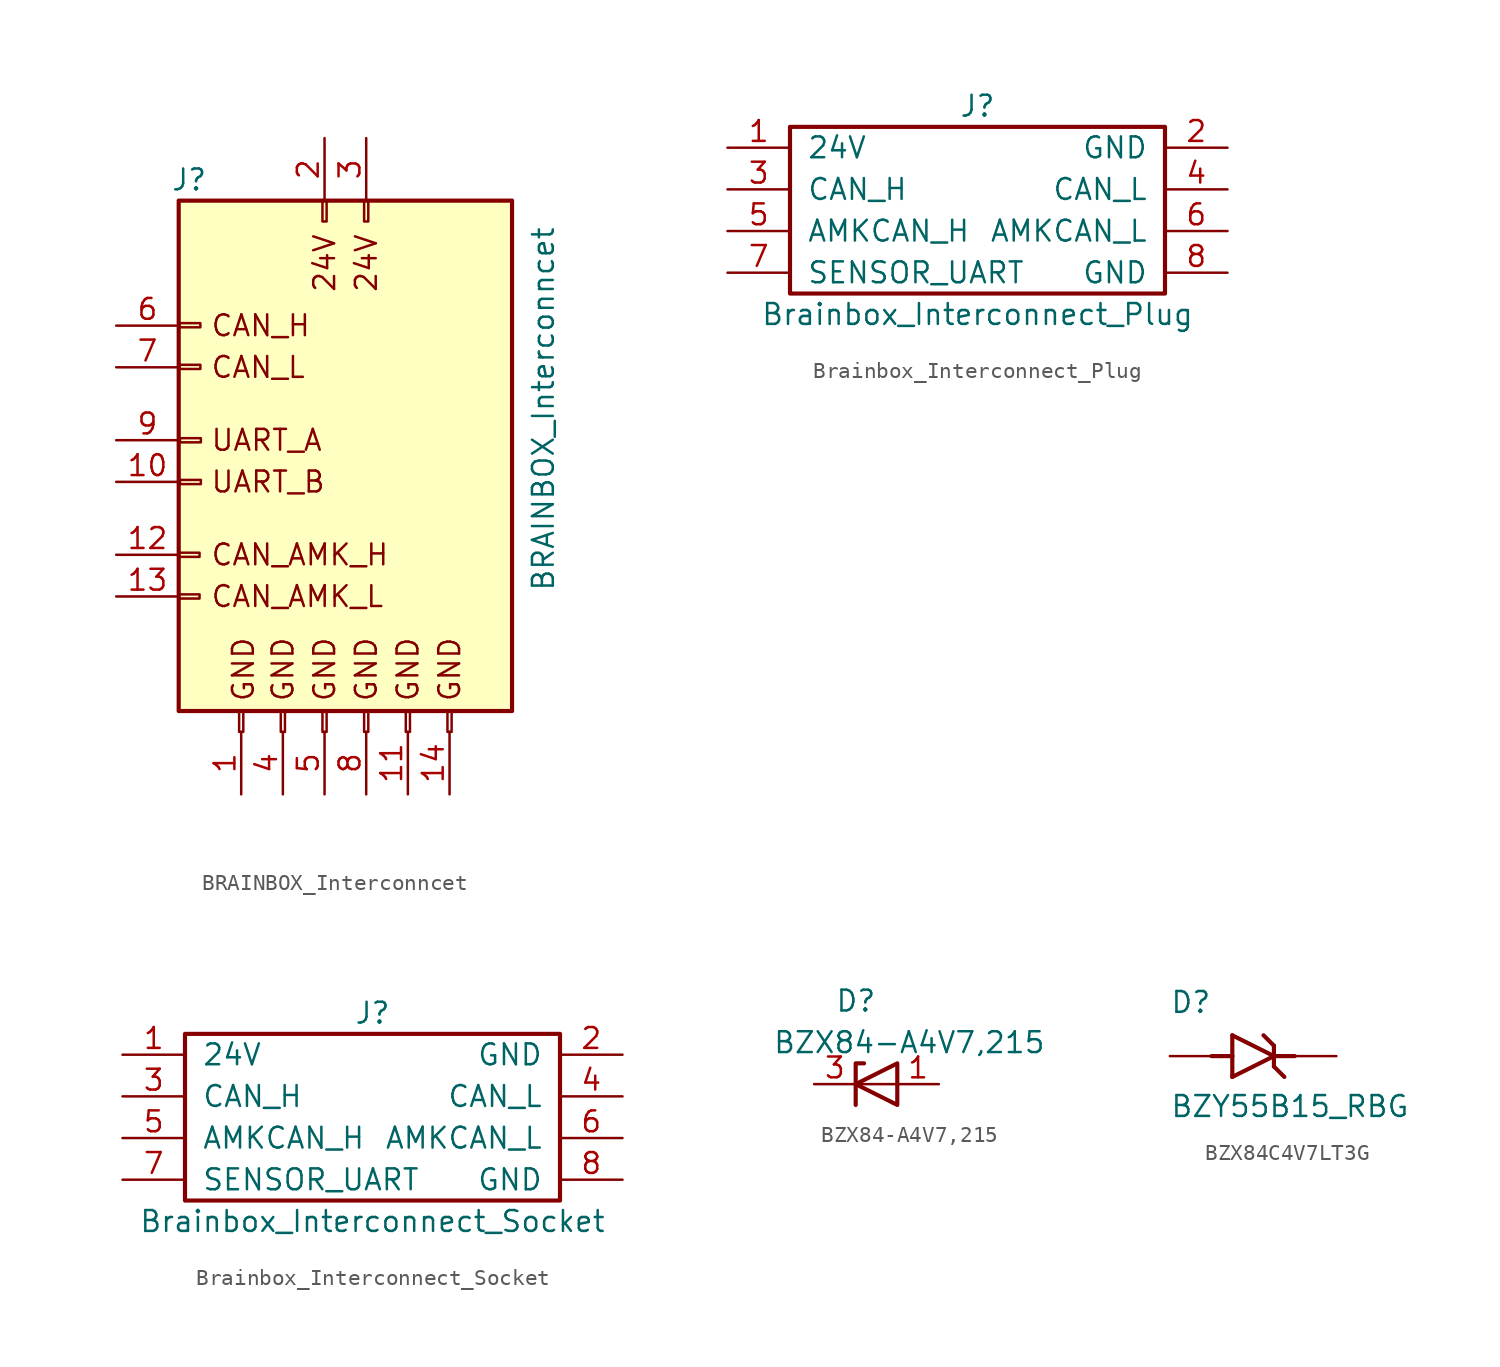
<source format=kicad_sym>
(kicad_symbol_lib
  (version 20231120)
  (generator "kicad_symbol_editor")
  (generator_version "8.0")
  (symbol "BRAINBOX_Interconncet"
    (pin_names
      (offset 1.016) hide)
    (property "Reference" "J"
      (at -9.525 11.43 0)
      (effects (font (size 1.27 1.27))))
    (property "Value" "BRAINBOX_Interconncet"
      (at 12.065 -2.54 90)
      (effects (font (size 1.27 1.27))))
    (symbol "BRAINBOX_Interconncet_0_0"
      (text "24V" (at -1.27 6.35 900) (effects (font (size 1.27 1.27))))
      (text "24V" (at 1.27 6.35 900) (effects (font (size 1.27 1.27))))
      (text "CAN_AMK_H" (at -8.255 -11.43 0) (effects (font (size 1.27 1.27)) (justify left)))
      (text "CAN_AMK_L" (at -8.255 -13.97 0) (effects (font (size 1.27 1.27)) (justify left)))
      (text "CAN_H" (at -8.255 2.54 0) (effects (font (size 1.27 1.27)) (justify left)))
      (text "CAN_L" (at -8.255 0 0) (effects (font (size 1.27 1.27)) (justify left)))
      (text "GND" (at -6.223 -18.415 900) (effects (font (size 1.27 1.27))))
      (text "GND" (at -3.81 -18.415 900) (effects (font (size 1.27 1.27))))
      (text "GND" (at -1.27 -18.415 900) (effects (font (size 1.27 1.27))))
      (text "GND" (at 1.27 -18.415 900) (effects (font (size 1.27 1.27))))
      (text "GND" (at 3.81 -18.415 900) (effects (font (size 1.27 1.27))))
      (text "GND" (at 6.35 -18.415 900) (effects (font (size 1.27 1.27))))
      (text "UART_A" (at -8.255 -4.445 0) (effects (font (size 1.27 1.27)) (justify left)))
      (text "UART_B" (at -8.255 -6.985 0) (effects (font (size 1.27 1.27)) (justify left))))
    (symbol "BRAINBOX_Interconncet_1_1"
      (rectangle (start -10.16 -14.097) (end -8.89 -13.843) (stroke (width 0.152) (type default)) (fill (type none)))
      (rectangle (start -10.16 -11.303) (end -8.89 -11.557) (stroke (width 0.152) (type default)) (fill (type none)))
      (rectangle (start -10.16 10.16) (end 10.16 -20.955) (stroke (width 0.254) (type default)) (fill (type background)))
      (rectangle (start -10.11 -0.102) (end -8.84 0.152) (stroke (width 0.152) (type default)) (fill (type none)))
      (rectangle (start -10.11 2.692) (end -8.84 2.438) (stroke (width 0.152) (type default)) (fill (type none)))
      (rectangle (start -10.08 -7.12) (end -8.81 -6.866) (stroke (width 0.152) (type default)) (fill (type none)))
      (rectangle (start -10.08 -4.32) (end -8.81 -4.574) (stroke (width 0.152) (type default)) (fill (type none)))
      (rectangle (start -6.223 -22.225) (end -6.477 -20.955) (stroke (width 0.152) (type default)) (fill (type none)))
      (rectangle (start -3.683 -22.225) (end -3.937 -20.955) (stroke (width 0.152) (type default)) (fill (type none)))
      (rectangle (start -1.397 -22.225) (end -1.143 -20.955) (stroke (width 0.152) (type default)) (fill (type none)))
      (rectangle (start -1.397 10.16) (end -1.143 8.89) (stroke (width 0.152) (type default)) (fill (type none)))
      (rectangle (start 1.397 -22.225) (end 1.143 -20.955) (stroke (width 0.152) (type default)) (fill (type none)))
      (rectangle (start 1.397 10.16) (end 1.143 8.89) (stroke (width 0.152) (type default)) (fill (type none)))
      (rectangle (start 3.683 -22.225) (end 3.937 -20.955) (stroke (width 0.152) (type default)) (fill (type none)))
      (rectangle (start 6.477 -22.225) (end 6.223 -20.955) (stroke (width 0.152) (type default)) (fill (type none)))
      (pin passive line (at -6.35 -26.035 90) (length 3.81) (name "Pin_1" (effects (font (size 1.27 1.27)))) (number "1" (effects (font (size 1.27 1.27)))))
      (pin passive line (at -13.97 -6.985 0) (length 3.81) (name "Pin_10" (effects (font (size 1.27 1.27)))) (number "10" (effects (font (size 1.27 1.27)))))
      (pin passive line (at 3.81 -26.035 90) (length 3.81) (name "Pin_11" (effects (font (size 1.27 1.27)))) (number "11" (effects (font (size 1.27 1.27)))))
      (pin passive line (at -13.97 -11.43 0) (length 3.81) (name "Pin_12" (effects (font (size 1.27 1.27)))) (number "12" (effects (font (size 1.27 1.27)))))
      (pin passive line (at -13.97 -13.97 0) (length 3.81) (name "Pin_13" (effects (font (size 1.27 1.27)))) (number "13" (effects (font (size 1.27 1.27)))))
      (pin passive line (at 6.35 -26.035 90) (length 3.81) (name "Pin_14" (effects (font (size 1.27 1.27)))) (number "14" (effects (font (size 1.27 1.27)))))
      (pin passive line (at -1.27 13.97 270) (length 3.81) (name "Pin_2" (effects (font (size 1.27 1.27)))) (number "2" (effects (font (size 1.27 1.27)))))
      (pin passive line (at 1.27 13.97 270) (length 3.81) (name "Pin_3" (effects (font (size 1.27 1.27)))) (number "3" (effects (font (size 1.27 1.27)))))
      (pin passive line (at -3.81 -26.035 90) (length 3.81) (name "Pin_4" (effects (font (size 1.27 1.27)))) (number "4" (effects (font (size 1.27 1.27)))))
      (pin passive line (at -1.27 -26.035 90) (length 3.81) (name "Pin_5" (effects (font (size 1.27 1.27)))) (number "5" (effects (font (size 1.27 1.27)))))
      (pin passive line (at -13.97 2.54 0) (length 3.81) (name "Pin_6" (effects (font (size 1.27 1.27)))) (number "6" (effects (font (size 1.27 1.27)))))
      (pin passive line (at -13.97 0 0) (length 3.81) (name "Pin_7" (effects (font (size 1.27 1.27)))) (number "7" (effects (font (size 1.27 1.27)))))
      (pin passive line (at 1.27 -26.035 90) (length 3.81) (name "Pin_8" (effects (font (size 1.27 1.27)))) (number "8" (effects (font (size 1.27 1.27)))))
      (pin passive line (at -13.97 -4.445 0) (length 3.81) (name "Pin_9" (effects (font (size 1.27 1.27)))) (number "9" (effects (font (size 1.27 1.27)))))))
  (symbol "Brainbox_Interconnect_Plug"
    (pin_names
      (offset 1.016))
    (property "Reference" "J"
      (at 0 5.08 0)
      (effects (font (size 1.27 1.27))))
    (property "Value" "Brainbox_Interconnect_Plug"
      (at 0 -7.62 0)
      (effects (font (size 1.27 1.27))))
    (symbol "Brainbox_Interconnect_Plug_1_1"
      (rectangle (start -11.43 3.81) (end 11.43 -6.35) (stroke (width 0.254) (type default)) (fill (type none)))
      (pin passive line (at -15.24 2.54 0) (length 3.81) (name "24V" (effects (font (size 1.27 1.27)))) (number "1" (effects (font (size 1.27 1.27)))))
      (pin passive line (at 15.24 2.54 180) (length 3.81) (name "GND" (effects (font (size 1.27 1.27)))) (number "2" (effects (font (size 1.27 1.27)))))
      (pin passive line (at -15.24 0 0) (length 3.81) (name "CAN_H" (effects (font (size 1.27 1.27)))) (number "3" (effects (font (size 1.27 1.27)))))
      (pin passive line (at 15.24 0 180) (length 3.81) (name "CAN_L" (effects (font (size 1.27 1.27)))) (number "4" (effects (font (size 1.27 1.27)))))
      (pin passive line (at -15.24 -2.54 0) (length 3.81) (name "AMKCAN_H" (effects (font (size 1.27 1.27)))) (number "5" (effects (font (size 1.27 1.27)))))
      (pin passive line (at 15.24 -2.54 180) (length 3.81) (name "AMKCAN_L" (effects (font (size 1.27 1.27)))) (number "6" (effects (font (size 1.27 1.27)))))
      (pin passive line (at -15.24 -5.08 0) (length 3.81) (name "SENSOR_UART" (effects (font (size 1.27 1.27)))) (number "7" (effects (font (size 1.27 1.27)))))
      (pin passive line (at 15.24 -5.08 180) (length 3.81) (name "GND" (effects (font (size 1.27 1.27)))) (number "8" (effects (font (size 1.27 1.27)))))))
  (symbol "Brainbox_Interconnect_Socket"
    (pin_names
      (offset 1.016))
    (property "Reference" "J"
      (at 0 5.08 0)
      (effects (font (size 1.27 1.27))))
    (property "Value" "Brainbox_Interconnect_Socket"
      (at 0 -7.62 0)
      (effects (font (size 1.27 1.27))))
    (symbol "Brainbox_Interconnect_Socket_1_1"
      (rectangle (start -11.43 3.81) (end 11.43 -6.35) (stroke (width 0.254) (type default)) (fill (type none)))
      (pin passive line (at -15.24 2.54 0) (length 3.81) (name "24V" (effects (font (size 1.27 1.27)))) (number "1" (effects (font (size 1.27 1.27)))))
      (pin passive line (at 15.24 2.54 180) (length 3.81) (name "GND" (effects (font (size 1.27 1.27)))) (number "2" (effects (font (size 1.27 1.27)))))
      (pin passive line (at -15.24 0 0) (length 3.81) (name "CAN_H" (effects (font (size 1.27 1.27)))) (number "3" (effects (font (size 1.27 1.27)))))
      (pin passive line (at 15.24 0 180) (length 3.81) (name "CAN_L" (effects (font (size 1.27 1.27)))) (number "4" (effects (font (size 1.27 1.27)))))
      (pin passive line (at -15.24 -2.54 0) (length 3.81) (name "AMKCAN_H" (effects (font (size 1.27 1.27)))) (number "5" (effects (font (size 1.27 1.27)))))
      (pin passive line (at 15.24 -2.54 180) (length 3.81) (name "AMKCAN_L" (effects (font (size 1.27 1.27)))) (number "6" (effects (font (size 1.27 1.27)))))
      (pin passive line (at -15.24 -5.08 0) (length 3.81) (name "SENSOR_UART" (effects (font (size 1.27 1.27)))) (number "7" (effects (font (size 1.27 1.27)))))
      (pin passive line (at 15.24 -5.08 180) (length 3.81) (name "GND" (effects (font (size 1.27 1.27)))) (number "8" (effects (font (size 1.27 1.27)))))))
  (symbol "BZX84-A4V7,215"
    (pin_names
      (offset 0) hide)
    (property "Reference" "D"
      (at -2.54 5.08 0)
      (effects (font (size 1.27 1.27)) (justify left)))
    (property "Value" "BZX84-A4V7,215"
      (at -6.35 2.54 0)
      (effects (font (size 1.27 1.27)) (justify left)))
    (symbol "BZX84-A4V7,215_0_1"
      (polyline (pts (xy 1.27 0) (xy -1.27 0)) (stroke (width 0) (type default)) (fill (type none)))
      (polyline (pts (xy -1.27 -1.27) (xy -1.27 1.27) (xy -0.762 1.27)) (stroke (width 0.254) (type default)) (fill (type none)))
      (polyline (pts (xy 1.27 -1.27) (xy 1.27 1.27) (xy -1.27 0) (xy 1.27 -1.27)) (stroke (width 0.254) (type default)) (fill (type none))))
    (symbol "BZX84-A4V7,215_1_1"
      (pin passive line (at 3.81 0 180) (length 2.54) (name "A" (effects (font (size 1.27 1.27)))) (number "1" (effects (font (size 1.27 1.27)))))
      (pin passive line (at -3.81 0 0) (length 2.54) (name "K" (effects (font (size 1.27 1.27)))) (number "3" (effects (font (size 1.27 1.27)))))))
  (symbol "BZX84C4V7LT3G"
    (pin_numbers hide)
    (pin_names
      (offset 1.016) hide)
    (property "Reference" "D"
      (at -5.08 2.54 0)
      (effects (font (size 1.27 1.27)) (justify left bottom)))
    (property "Value" "BZY55B15_RBG"
      (at -5.08 -3.81 0)
      (effects (font (size 1.27 1.27)) (justify left bottom)))
    (property "ki_locked" ""
      (at 0 0 0)
      (effects (font (size 1.27 1.27))))
    (symbol "BZX84C4V7LT3G_0_0"
      (polyline (pts (xy -2.54 0) (xy -1.27 0)) (stroke (width 0.254) (type default)) (fill (type none)))
      (polyline (pts (xy -1.27 -1.27) (xy 1.27 0)) (stroke (width 0.254) (type default)) (fill (type none)))
      (polyline (pts (xy -1.27 0) (xy -1.27 -1.27)) (stroke (width 0.254) (type default)) (fill (type none)))
      (polyline (pts (xy -1.27 1.27) (xy -1.27 0)) (stroke (width 0.254) (type default)) (fill (type none)))
      (polyline (pts (xy 0.635 1.27) (xy 1.27 0.635)) (stroke (width 0.254) (type default)) (fill (type none)))
      (polyline (pts (xy 1.27 -0.635) (xy 1.905 -1.27)) (stroke (width 0.254) (type default)) (fill (type none)))
      (polyline (pts (xy 1.27 0) (xy -1.27 1.27)) (stroke (width 0.254) (type default)) (fill (type none)))
      (polyline (pts (xy 1.27 0) (xy 1.27 -0.635)) (stroke (width 0.254) (type default)) (fill (type none)))
      (polyline (pts (xy 1.27 0.635) (xy 1.27 0)) (stroke (width 0.254) (type default)) (fill (type none)))
      (polyline (pts (xy 2.54 0) (xy 1.27 0)) (stroke (width 0.254) (type default)) (fill (type none)))
      (pin passive line (at -5.08 0 0) (length 2.54) (name "~" (effects (font (size 1.016 1.016)))) (number "A" (effects (font (size 1.016 1.016)))))
      (pin passive line (at 5.08 0 180) (length 2.54) (name "~" (effects (font (size 1.016 1.016)))) (number "C" (effects (font (size 1.016 1.016))))))))
</source>
